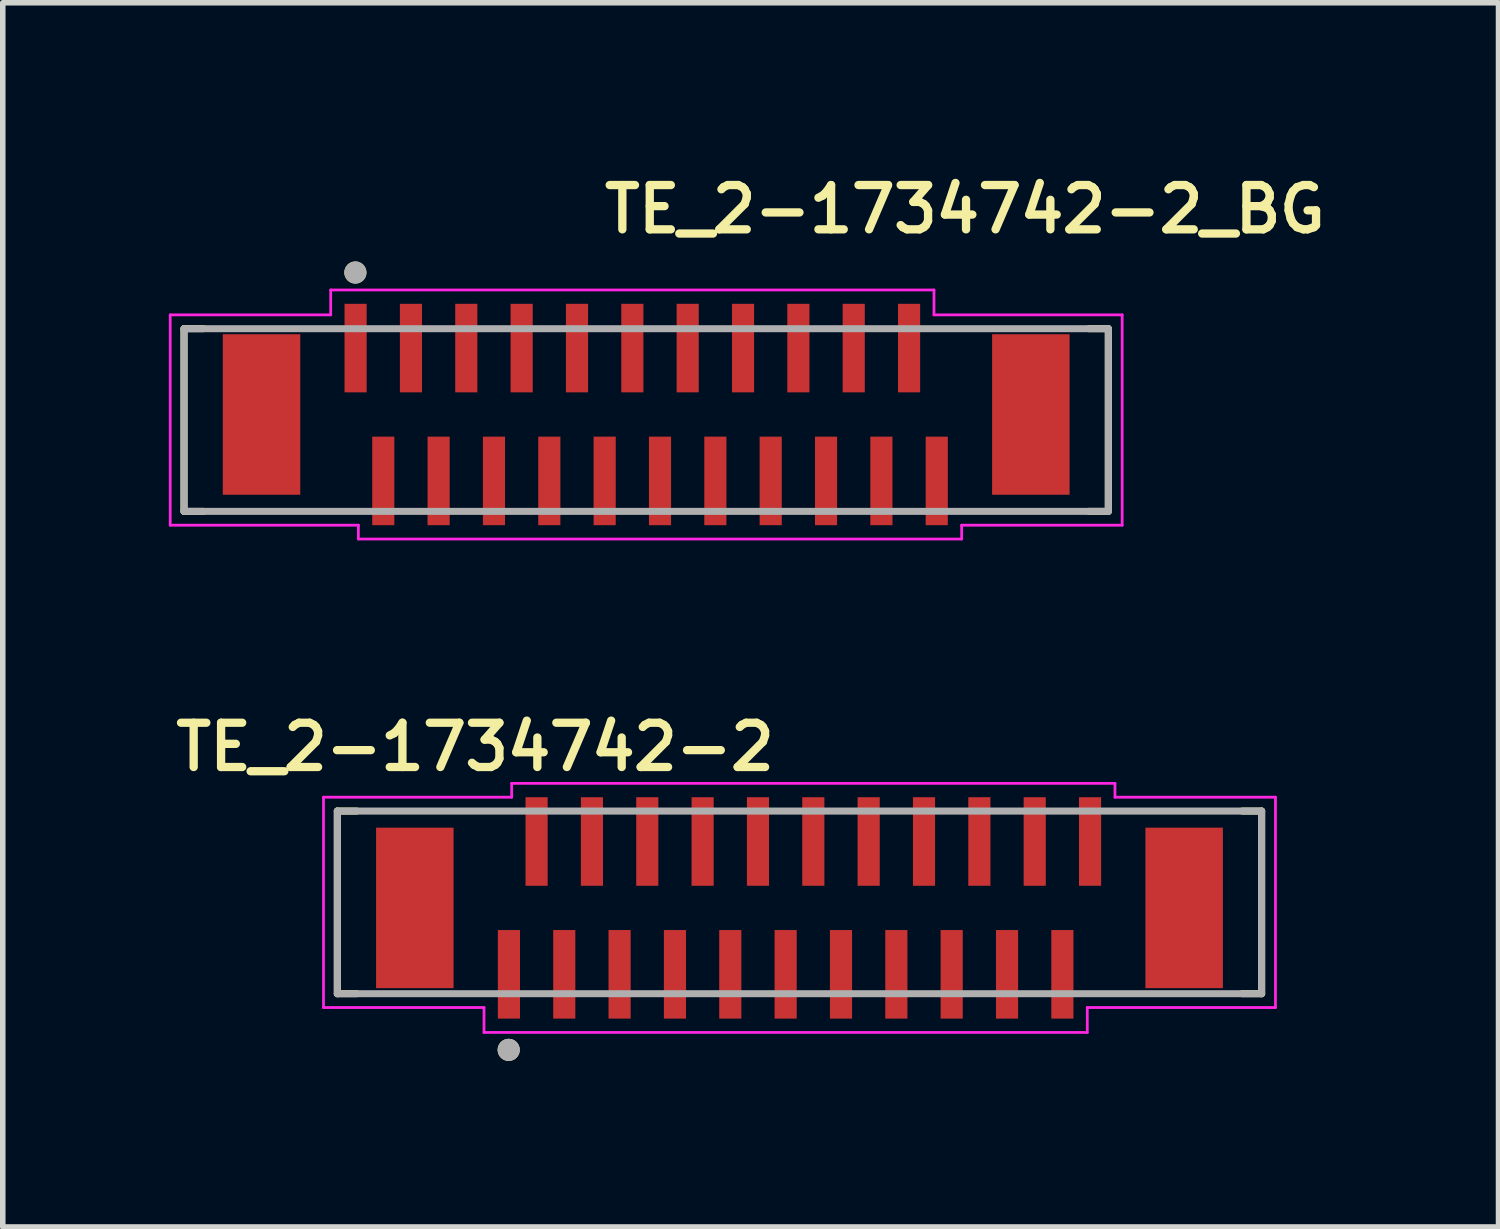
<source format=kicad_pcb>
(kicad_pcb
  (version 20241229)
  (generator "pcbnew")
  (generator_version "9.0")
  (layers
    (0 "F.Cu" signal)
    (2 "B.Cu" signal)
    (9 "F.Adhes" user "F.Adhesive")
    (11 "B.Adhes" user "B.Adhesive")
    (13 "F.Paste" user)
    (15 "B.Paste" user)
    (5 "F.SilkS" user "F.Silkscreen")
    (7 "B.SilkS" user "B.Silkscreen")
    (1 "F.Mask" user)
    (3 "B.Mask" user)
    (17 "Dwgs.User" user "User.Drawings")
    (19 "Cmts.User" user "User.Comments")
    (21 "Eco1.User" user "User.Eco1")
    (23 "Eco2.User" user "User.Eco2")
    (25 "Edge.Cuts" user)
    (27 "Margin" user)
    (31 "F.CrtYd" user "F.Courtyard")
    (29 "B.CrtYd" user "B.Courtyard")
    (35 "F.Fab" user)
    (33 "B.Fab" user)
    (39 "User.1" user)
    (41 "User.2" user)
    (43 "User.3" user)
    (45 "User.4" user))
  (footprint "TE_2-1734742-2"
    (layer "F.Cu")
    (at 11.395 13.354)
    (property "Reference" "TE_2-1734742-2" (at -5.86 -2.908 0) (layer "F.SilkS") (effects (font (size 0.8 0.8) (thickness 0.15))))
    (attr smd)
    (fp_line (start -8.35 -1.75) (end -8.35 1.55) (stroke (width 0.127) (type solid)) (layer "F.SilkS"))
    (fp_line (start -8.35 1.55) (end -8 1.55) (stroke (width 0.127) (type solid)) (layer "F.SilkS"))
    (fp_line (start -8 -1.75) (end -8.35 -1.75) (stroke (width 0.127) (type solid)) (layer "F.SilkS"))
    (fp_line (start 8 -1.75) (end 8.35 -1.75) (stroke (width 0.127) (type solid)) (layer "F.SilkS"))
    (fp_line (start 8.35 -1.75) (end 8.35 1.55) (stroke (width 0.127) (type solid)) (layer "F.SilkS"))
    (fp_line (start 8.35 1.55) (end 8 1.55) (stroke (width 0.127) (type solid)) (layer "F.SilkS"))
    (fp_circle (center -5.254 2.565) (end -5.154 2.565) (stroke (width 0.2) (type solid)) (fill no) (layer "F.SilkS"))
    (fp_line (start -8.6 -2) (end -5.2 -2) (stroke (width 0.05) (type solid)) (layer "F.CrtYd"))
    (fp_line (start -8.6 1.8) (end -8.6 -2) (stroke (width 0.05) (type solid)) (layer "F.CrtYd"))
    (fp_line (start -5.7 1.8) (end -8.6 1.8) (stroke (width 0.05) (type solid)) (layer "F.CrtYd"))
    (fp_line (start -5.7 2.25) (end -5.7 1.8) (stroke (width 0.05) (type solid)) (layer "F.CrtYd"))
    (fp_line (start -5.2 -2.25) (end 5.7 -2.25) (stroke (width 0.05) (type solid)) (layer "F.CrtYd"))
    (fp_line (start -5.2 -2) (end -5.2 -2.25) (stroke (width 0.05) (type solid)) (layer "F.CrtYd"))
    (fp_line (start 5.2 1.8) (end 5.2 2.25) (stroke (width 0.05) (type solid)) (layer "F.CrtYd"))
    (fp_line (start 5.2 2.25) (end -5.7 2.25) (stroke (width 0.05) (type solid)) (layer "F.CrtYd"))
    (fp_line (start 5.7 -2.25) (end 5.7 -2) (stroke (width 0.05) (type solid)) (layer "F.CrtYd"))
    (fp_line (start 5.7 -2) (end 8.6 -2) (stroke (width 0.05) (type solid)) (layer "F.CrtYd"))
    (fp_line (start 8.6 -2) (end 8.6 1.8) (stroke (width 0.05) (type solid)) (layer "F.CrtYd"))
    (fp_line (start 8.6 1.8) (end 5.2 1.8) (stroke (width 0.05) (type solid)) (layer "F.CrtYd"))
    (fp_line (start -8.35 -1.75) (end 8.35 -1.75) (stroke (width 0.127) (type solid)) (layer "F.Fab"))
    (fp_line (start -8.35 1.55) (end -8.35 -1.75) (stroke (width 0.127) (type solid)) (layer "F.Fab"))
    (fp_line (start 8.35 -1.75) (end 8.35 1.55) (stroke (width 0.127) (type solid)) (layer "F.Fab"))
    (fp_line (start 8.35 1.55) (end -8.35 1.55) (stroke (width 0.127) (type solid)) (layer "F.Fab"))
    (fp_circle (center -5.254 2.565) (end -5.154 2.565) (stroke (width 0.2) (type solid)) (fill no) (layer "F.Fab"))
    (pad "1" smd rect (at -5.25 1.2) (size 0.4 1.6) (layers "F.Cu" "F.Mask" "F.Paste"))
    (pad "2" smd rect (at -4.75 -1.2) (size 0.4 1.6) (layers "F.Cu" "F.Mask" "F.Paste"))
    (pad "3" smd rect (at -4.25 1.2) (size 0.4 1.6) (layers "F.Cu" "F.Mask" "F.Paste"))
    (pad "4" smd rect (at -3.75 -1.2) (size 0.4 1.6) (layers "F.Cu" "F.Mask" "F.Paste"))
    (pad "5" smd rect (at -3.25 1.2) (size 0.4 1.6) (layers "F.Cu" "F.Mask" "F.Paste"))
    (pad "6" smd rect (at -2.75 -1.2) (size 0.4 1.6) (layers "F.Cu" "F.Mask" "F.Paste"))
    (pad "7" smd rect (at -2.25 1.2) (size 0.4 1.6) (layers "F.Cu" "F.Mask" "F.Paste"))
    (pad "8" smd rect (at -1.75 -1.2) (size 0.4 1.6) (layers "F.Cu" "F.Mask" "F.Paste"))
    (pad "9" smd rect (at -1.25 1.2) (size 0.4 1.6) (layers "F.Cu" "F.Mask" "F.Paste"))
    (pad "10" smd rect (at -0.75 -1.2) (size 0.4 1.6) (layers "F.Cu" "F.Mask" "F.Paste"))
    (pad "11" smd rect (at -0.25 1.2) (size 0.4 1.6) (layers "F.Cu" "F.Mask" "F.Paste"))
    (pad "12" smd rect (at 0.25 -1.2) (size 0.4 1.6) (layers "F.Cu" "F.Mask" "F.Paste"))
    (pad "13" smd rect (at 0.75 1.2) (size 0.4 1.6) (layers "F.Cu" "F.Mask" "F.Paste"))
    (pad "14" smd rect (at 1.25 -1.2) (size 0.4 1.6) (layers "F.Cu" "F.Mask" "F.Paste"))
    (pad "15" smd rect (at 1.75 1.2) (size 0.4 1.6) (layers "F.Cu" "F.Mask" "F.Paste"))
    (pad "16" smd rect (at 2.25 -1.2) (size 0.4 1.6) (layers "F.Cu" "F.Mask" "F.Paste"))
    (pad "17" smd rect (at 2.75 1.2) (size 0.4 1.6) (layers "F.Cu" "F.Mask" "F.Paste"))
    (pad "18" smd rect (at 3.25 -1.2) (size 0.4 1.6) (layers "F.Cu" "F.Mask" "F.Paste"))
    (pad "19" smd rect (at 3.75 1.2) (size 0.4 1.6) (layers "F.Cu" "F.Mask" "F.Paste"))
    (pad "20" smd rect (at 4.25 -1.2) (size 0.4 1.6) (layers "F.Cu" "F.Mask" "F.Paste"))
    (pad "21" smd rect (at 4.75 1.2) (size 0.4 1.6) (layers "F.Cu" "F.Mask" "F.Paste"))
    (pad "22" smd rect (at 5.25 -1.2) (size 0.4 1.6) (layers "F.Cu" "F.Mask" "F.Paste"))
    (pad "S1" smd rect (at -6.95 0) (size 1.4 2.9) (layers "F.Cu" "F.Mask" "F.Paste"))
    (pad "S2" smd rect (at 6.95 0) (size 1.4 2.9) (layers "F.Cu" "F.Mask" "F.Paste")))
  (footprint "TE_2-1734742-2_BG"
    (layer "F.Cu")
    (at 8.625 3.639)
    (property "Reference" "TE_2-1734742-2_BG" (at 5.76 -2.908 0) (layer "F.SilkS") (effects (font (size 0.8 0.8) (thickness 0.15))))
    (attr smd)
    (fp_line (start -8.35 -0.75) (end -8 -0.75) (stroke (width 0.127) (type solid)) (layer "F.SilkS"))
    (fp_line (start -8.35 2.55) (end -8.35 -0.75) (stroke (width 0.127) (type solid)) (layer "F.SilkS"))
    (fp_line (start -8 2.55) (end -8.35 2.55) (stroke (width 0.127) (type solid)) (layer "F.SilkS"))
    (fp_line (start 8 2.55) (end 8.35 2.55) (stroke (width 0.127) (type solid)) (layer "F.SilkS"))
    (fp_line (start 8.35 -0.75) (end 8 -0.75) (stroke (width 0.127) (type solid)) (layer "F.SilkS"))
    (fp_line (start 8.35 2.55) (end 8.35 -0.75) (stroke (width 0.127) (type solid)) (layer "F.SilkS"))
    (fp_circle (center -5.254 -1.765) (end -5.154 -1.765) (stroke (width 0.2) (type solid)) (fill no) (layer "F.SilkS"))
    (fp_line (start -8.6 -1) (end -8.6 2.8) (stroke (width 0.05) (type solid)) (layer "F.CrtYd"))
    (fp_line (start -8.6 2.8) (end -5.2 2.8) (stroke (width 0.05) (type solid)) (layer "F.CrtYd"))
    (fp_line (start -5.7 -1.45) (end -5.7 -1) (stroke (width 0.05) (type solid)) (layer "F.CrtYd"))
    (fp_line (start -5.7 -1) (end -8.6 -1) (stroke (width 0.05) (type solid)) (layer "F.CrtYd"))
    (fp_line (start -5.2 2.8) (end -5.2 3.05) (stroke (width 0.05) (type solid)) (layer "F.CrtYd"))
    (fp_line (start -5.2 3.05) (end 5.7 3.05) (stroke (width 0.05) (type solid)) (layer "F.CrtYd"))
    (fp_line (start 5.2 -1.45) (end -5.7 -1.45) (stroke (width 0.05) (type solid)) (layer "F.CrtYd"))
    (fp_line (start 5.2 -1) (end 5.2 -1.45) (stroke (width 0.05) (type solid)) (layer "F.CrtYd"))
    (fp_line (start 5.7 2.8) (end 8.6 2.8) (stroke (width 0.05) (type solid)) (layer "F.CrtYd"))
    (fp_line (start 5.7 3.05) (end 5.7 2.8) (stroke (width 0.05) (type solid)) (layer "F.CrtYd"))
    (fp_line (start 8.6 -1) (end 5.2 -1) (stroke (width 0.05) (type solid)) (layer "F.CrtYd"))
    (fp_line (start 8.6 2.8) (end 8.6 -1) (stroke (width 0.05) (type solid)) (layer "F.CrtYd"))
    (fp_line (start -8.35 -0.75) (end -8.35 2.55) (stroke (width 0.127) (type solid)) (layer "F.Fab"))
    (fp_line (start -8.35 2.55) (end 8.35 2.55) (stroke (width 0.127) (type solid)) (layer "F.Fab"))
    (fp_line (start 8.35 -0.75) (end -8.35 -0.75) (stroke (width 0.127) (type solid)) (layer "F.Fab"))
    (fp_line (start 8.35 2.55) (end 8.35 -0.75) (stroke (width 0.127) (type solid)) (layer "F.Fab"))
    (fp_circle (center -5.254 -1.765) (end -5.154 -1.765) (stroke (width 0.2) (type solid)) (fill no) (layer "F.Fab"))
    (pad "1" smd rect (at -5.25 -0.4) (size 0.4 1.6) (layers "F.Cu" "F.Mask" "F.Paste"))
    (pad "2" smd rect (at -4.75 2) (size 0.4 1.6) (layers "F.Cu" "F.Mask" "F.Paste"))
    (pad "3" smd rect (at -4.25 -0.4) (size 0.4 1.6) (layers "F.Cu" "F.Mask" "F.Paste"))
    (pad "4" smd rect (at -3.75 2) (size 0.4 1.6) (layers "F.Cu" "F.Mask" "F.Paste"))
    (pad "5" smd rect (at -3.25 -0.4) (size 0.4 1.6) (layers "F.Cu" "F.Mask" "F.Paste"))
    (pad "6" smd rect (at -2.75 2) (size 0.4 1.6) (layers "F.Cu" "F.Mask" "F.Paste"))
    (pad "7" smd rect (at -2.25 -0.4) (size 0.4 1.6) (layers "F.Cu" "F.Mask" "F.Paste"))
    (pad "8" smd rect (at -1.75 2) (size 0.4 1.6) (layers "F.Cu" "F.Mask" "F.Paste"))
    (pad "9" smd rect (at -1.25 -0.4) (size 0.4 1.6) (layers "F.Cu" "F.Mask" "F.Paste"))
    (pad "10" smd rect (at -0.75 2) (size 0.4 1.6) (layers "F.Cu" "F.Mask" "F.Paste"))
    (pad "11" smd rect (at -0.25 -0.4) (size 0.4 1.6) (layers "F.Cu" "F.Mask" "F.Paste"))
    (pad "12" smd rect (at 0.25 2) (size 0.4 1.6) (layers "F.Cu" "F.Mask" "F.Paste"))
    (pad "13" smd rect (at 0.75 -0.4) (size 0.4 1.6) (layers "F.Cu" "F.Mask" "F.Paste"))
    (pad "14" smd rect (at 1.25 2) (size 0.4 1.6) (layers "F.Cu" "F.Mask" "F.Paste"))
    (pad "15" smd rect (at 1.75 -0.4) (size 0.4 1.6) (layers "F.Cu" "F.Mask" "F.Paste"))
    (pad "16" smd rect (at 2.25 2) (size 0.4 1.6) (layers "F.Cu" "F.Mask" "F.Paste"))
    (pad "17" smd rect (at 2.75 -0.4) (size 0.4 1.6) (layers "F.Cu" "F.Mask" "F.Paste"))
    (pad "18" smd rect (at 3.25 2) (size 0.4 1.6) (layers "F.Cu" "F.Mask" "F.Paste"))
    (pad "19" smd rect (at 3.75 -0.4) (size 0.4 1.6) (layers "F.Cu" "F.Mask" "F.Paste"))
    (pad "20" smd rect (at 4.25 2) (size 0.4 1.6) (layers "F.Cu" "F.Mask" "F.Paste"))
    (pad "21" smd rect (at 4.75 -0.4) (size 0.4 1.6) (layers "F.Cu" "F.Mask" "F.Paste"))
    (pad "22" smd rect (at 5.25 2) (size 0.4 1.6) (layers "F.Cu" "F.Mask" "F.Paste"))
    (pad "S1" smd rect (at -6.95 0.8) (size 1.4 2.9) (layers "F.Cu" "F.Mask" "F.Paste"))
    (pad "S2" smd rect (at 6.95 0.8) (size 1.4 2.9) (layers "F.Cu" "F.Mask" "F.Paste")))
  (gr_rect
    (start -3 -3)
    (end 24.025 19.119)
    (stroke (width 0.1) (type default))
    (fill no)
    (layer "Edge.Cuts")))
</source>
